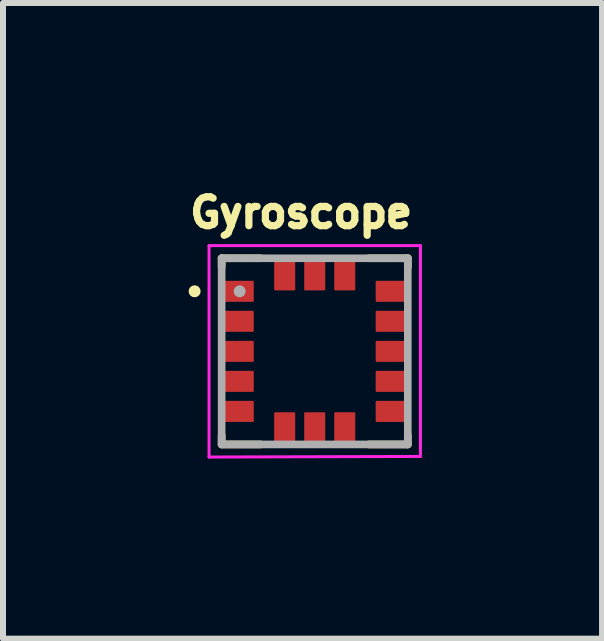
<source format=kicad_pcb>
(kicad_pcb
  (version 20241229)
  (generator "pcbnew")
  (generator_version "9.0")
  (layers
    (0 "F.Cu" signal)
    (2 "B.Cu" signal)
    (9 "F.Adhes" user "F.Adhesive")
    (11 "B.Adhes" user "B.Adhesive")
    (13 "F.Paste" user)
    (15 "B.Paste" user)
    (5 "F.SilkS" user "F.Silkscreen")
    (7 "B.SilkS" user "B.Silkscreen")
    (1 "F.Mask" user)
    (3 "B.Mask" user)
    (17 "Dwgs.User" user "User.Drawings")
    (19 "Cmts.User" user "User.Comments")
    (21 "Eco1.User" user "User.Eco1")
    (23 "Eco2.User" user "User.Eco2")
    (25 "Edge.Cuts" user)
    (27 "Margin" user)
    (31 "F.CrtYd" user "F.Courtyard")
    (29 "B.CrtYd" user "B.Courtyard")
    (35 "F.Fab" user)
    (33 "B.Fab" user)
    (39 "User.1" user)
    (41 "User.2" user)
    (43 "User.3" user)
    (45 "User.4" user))
  (footprint "Gyroscope"
    (layer "F.Cu")
    (at 2.191 2.801)
    (property "Reference" "Gyroscope" (at -0.226 -2.309 0) (layer "F.SilkS") (effects (font (size 0.481 0.481) (thickness 0.15))))
    (attr smd)
    (fp_line (start -1.55 -1.55) (end -0.9 -1.55) (stroke (width 0.127) (type solid)) (layer "F.SilkS"))
    (fp_line (start -1.55 -1.4) (end -1.55 -1.55) (stroke (width 0.127) (type solid)) (layer "F.SilkS"))
    (fp_line (start -1.55 1.4) (end -1.55 1.55) (stroke (width 0.127) (type solid)) (layer "F.SilkS"))
    (fp_line (start -1.55 1.55) (end -0.9 1.55) (stroke (width 0.127) (type solid)) (layer "F.SilkS"))
    (fp_line (start 0.9 -1.55) (end 1.55 -1.55) (stroke (width 0.127) (type solid)) (layer "F.SilkS"))
    (fp_line (start 0.9 1.55) (end 1.55 1.55) (stroke (width 0.127) (type solid)) (layer "F.SilkS"))
    (fp_line (start 1.55 -1.55) (end 1.55 -1.4) (stroke (width 0.127) (type solid)) (layer "F.SilkS"))
    (fp_line (start 1.55 1.55) (end 1.55 1.4) (stroke (width 0.127) (type solid)) (layer "F.SilkS"))
    (fp_circle (center -2 -1) (end -1.95 -1) (stroke (width 0.1) (type solid)) (fill no) (layer "F.SilkS"))
    (fp_line (start -1.76 -1.76) (end 1.76 -1.76) (stroke (width 0.05) (type solid)) (layer "F.CrtYd"))
    (fp_line (start -1.76 1.76) (end -1.76 -1.76) (stroke (width 0.05) (type solid)) (layer "F.CrtYd"))
    (fp_line (start 1.76 -1.76) (end 1.76 1.75) (stroke (width 0.05) (type solid)) (layer "F.CrtYd"))
    (fp_line (start 1.76 1.75) (end -1.76 1.76) (stroke (width 0.05) (type solid)) (layer "F.CrtYd"))
    (fp_line (start -1.55 -1.55) (end 1.55 -1.55) (stroke (width 0.127) (type solid)) (layer "F.Fab"))
    (fp_line (start -1.55 1.55) (end -1.55 -1.55) (stroke (width 0.127) (type solid)) (layer "F.Fab"))
    (fp_line (start 1.55 -1.55) (end 1.55 1.55) (stroke (width 0.127) (type solid)) (layer "F.Fab"))
    (fp_line (start 1.55 1.55) (end -1.55 1.55) (stroke (width 0.127) (type solid)) (layer "F.Fab"))
    (fp_circle (center -1.25 -1) (end -1.2 -1) (stroke (width 0.1) (type solid)) (fill no) (layer "F.Fab"))
    (pad "1" smd roundrect (at -1.26 -1) (size 0.49 0.35) (layers "F.Cu" "F.Mask" "F.Paste") (roundrect_rratio 0.04))
    (pad "2" smd roundrect (at -1.26 -0.5) (size 0.49 0.35) (layers "F.Cu" "F.Mask" "F.Paste") (roundrect_rratio 0.04))
    (pad "3" smd roundrect (at -1.26 0) (size 0.49 0.35) (layers "F.Cu" "F.Mask" "F.Paste") (roundrect_rratio 0.04))
    (pad "4" smd roundrect (at -1.26 0.5) (size 0.49 0.35) (layers "F.Cu" "F.Mask" "F.Paste") (roundrect_rratio 0.04))
    (pad "5" smd roundrect (at -1.26 1) (size 0.49 0.35) (layers "F.Cu" "F.Mask" "F.Paste") (roundrect_rratio 0.04))
    (pad "6" smd roundrect (at -0.5 1.26 90) (size 0.49 0.35) (layers "F.Cu" "F.Mask" "F.Paste") (roundrect_rratio 0.04))
    (pad "7" smd roundrect (at 0 1.26 90) (size 0.49 0.35) (layers "F.Cu" "F.Mask" "F.Paste") (roundrect_rratio 0.04))
    (pad "8" smd roundrect (at 0.5 1.26 90) (size 0.49 0.35) (layers "F.Cu" "F.Mask" "F.Paste") (roundrect_rratio 0.04))
    (pad "9" smd roundrect (at 1.26 1 180) (size 0.49 0.35) (layers "F.Cu" "F.Mask" "F.Paste") (roundrect_rratio 0.04))
    (pad "10" smd roundrect (at 1.26 0.5 180) (size 0.49 0.35) (layers "F.Cu" "F.Mask" "F.Paste") (roundrect_rratio 0.04))
    (pad "11" smd roundrect (at 1.26 0 180) (size 0.49 0.35) (layers "F.Cu" "F.Mask" "F.Paste") (roundrect_rratio 0.04))
    (pad "12" smd roundrect (at 1.26 -0.5 180) (size 0.49 0.35) (layers "F.Cu" "F.Mask" "F.Paste") (roundrect_rratio 0.04))
    (pad "13" smd roundrect (at 1.26 -1 180) (size 0.49 0.35) (layers "F.Cu" "F.Mask" "F.Paste") (roundrect_rratio 0.04))
    (pad "14" smd roundrect (at 0.5 -1.26 270) (size 0.49 0.35) (layers "F.Cu" "F.Mask" "F.Paste") (roundrect_rratio 0.04))
    (pad "15" smd roundrect (at 0 -1.26 270) (size 0.49 0.35) (layers "F.Cu" "F.Mask" "F.Paste") (roundrect_rratio 0.04))
    (pad "16" smd roundrect (at -0.5 -1.26 270) (size 0.49 0.35) (layers "F.Cu" "F.Mask" "F.Paste") (roundrect_rratio 0.04))
    (zone (net_name "") (layer "F.Cu") (hatch full 0.508) (connect_pads) (min_thickness 0.01) (filled_areas_thickness no) (keepout (tracks not_allowed) (vias not_allowed) (pads not_allowed) (copperpour not_allowed) (footprints allowed)) (placement (enabled no)) (fill) (polygon (pts (xy 1.391 2.001) (xy 2.991 2.001) (xy 2.991 3.601) (xy 1.391 3.601))))
    (zone (net_name "") (layers "F.Cu" "B.Cu") (hatch full 0.508) (connect_pads) (min_thickness 0.01) (filled_areas_thickness no) (keepout (tracks allowed) (vias not_allowed) (pads allowed) (copperpour allowed) (footprints allowed)) (placement (enabled no)) (fill) (polygon (pts (xy 1.391 2.001) (xy 2.991 2.001) (xy 2.991 3.601) (xy 1.391 3.601)))))
  (gr_rect
    (start -3 -3)
    (end 6.976 7.586)
    (stroke (width 0.1) (type default))
    (fill no)
    (layer "Edge.Cuts")))
</source>
